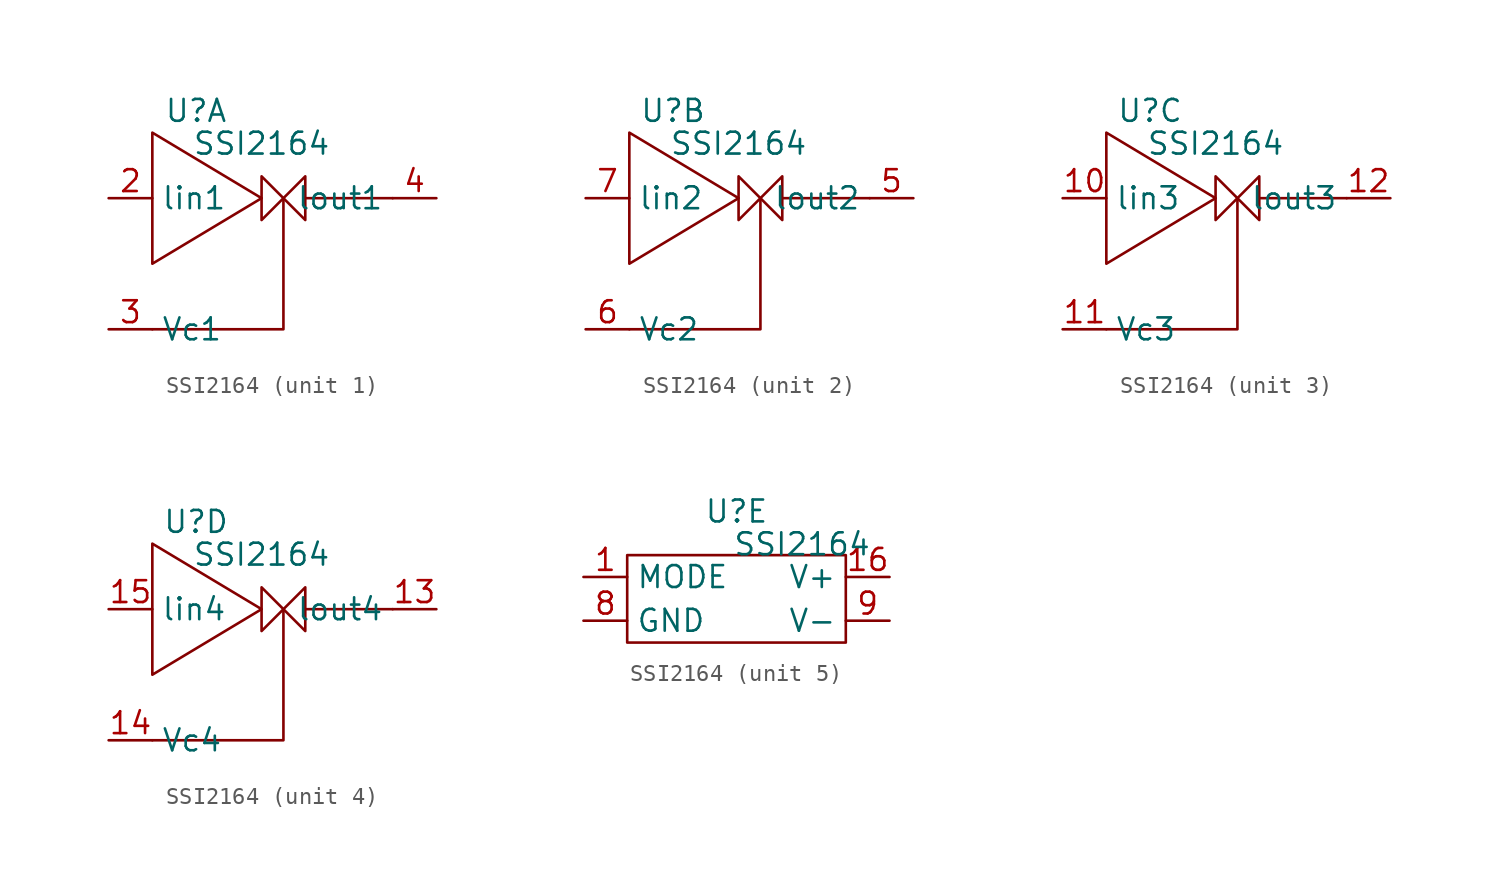
<source format=kicad_sym>
(kicad_symbol_lib
  (version 20220914)
  (generator kicad_symbol_editor)
  (symbol "SSI2164"
    (property "Reference" "U"
      (at 0 5.08 0)
      (effects (font (size 1.27 1.27))))
    (property "Value" "SSI2164"
      (at 3.81 3.175 0)
      (effects (font (size 1.27 1.27))))
    (property "ki_locked" ""
      (at 0 0 0)
      (effects (font (size 1.27 1.27))))
    (symbol "SSI2164_1_1"
      (polyline (pts (xy 11.43 0) (xy 6.35 0)) (stroke (width 0) (type default)) (fill (type none)))
      (polyline (pts (xy -2.54 -7.62) (xy 5.08 -7.62) (xy 5.08 0)) (stroke (width 0) (type default)) (fill (type none)))
      (polyline (pts (xy -2.54 3.81) (xy -2.54 -3.81) (xy 3.81 0) (xy -2.54 3.81)) (stroke (width 0) (type default)) (fill (type none)))
      (polyline (pts (xy 3.81 0) (xy 3.81 1.27) (xy 6.35 -1.27) (xy 6.35 1.27) (xy 3.81 -1.27) (xy 3.81 0)) (stroke (width 0) (type default)) (fill (type none)))
      (pin input line (at -5.08 0 0) (length 2.54) (name "lin1" (effects (font (size 1.27 1.27)))) (number "2" (effects (font (size 1.27 1.27)))))
      (pin input line (at -5.08 -7.62 0) (length 2.54) (name "Vc1" (effects (font (size 1.27 1.27)))) (number "3" (effects (font (size 1.27 1.27)))))
      (pin output line (at 13.97 0 180) (length 2.54) (name "lout1" (effects (font (size 1.27 1.27)))) (number "4" (effects (font (size 1.27 1.27))))))
    (symbol "SSI2164_2_1"
      (polyline (pts (xy 11.43 0) (xy 6.35 0)) (stroke (width 0) (type default)) (fill (type none)))
      (polyline (pts (xy -2.54 -7.62) (xy 5.08 -7.62) (xy 5.08 0)) (stroke (width 0) (type default)) (fill (type none)))
      (polyline (pts (xy -2.54 3.81) (xy -2.54 -3.81) (xy 3.81 0) (xy -2.54 3.81)) (stroke (width 0) (type default)) (fill (type none)))
      (polyline (pts (xy 3.81 0) (xy 3.81 1.27) (xy 6.35 -1.27) (xy 6.35 1.27) (xy 3.81 -1.27) (xy 3.81 0)) (stroke (width 0) (type default)) (fill (type none)))
      (pin output line (at 13.97 0 180) (length 2.54) (name "lout2" (effects (font (size 1.27 1.27)))) (number "5" (effects (font (size 1.27 1.27)))))
      (pin input line (at -5.08 -7.62 0) (length 2.54) (name "Vc2" (effects (font (size 1.27 1.27)))) (number "6" (effects (font (size 1.27 1.27)))))
      (pin input line (at -5.08 0 0) (length 2.54) (name "lin2" (effects (font (size 1.27 1.27)))) (number "7" (effects (font (size 1.27 1.27))))))
    (symbol "SSI2164_3_1"
      (polyline (pts (xy 11.43 0) (xy 6.35 0)) (stroke (width 0) (type default)) (fill (type none)))
      (polyline (pts (xy -2.54 -7.62) (xy 5.08 -7.62) (xy 5.08 0)) (stroke (width 0) (type default)) (fill (type none)))
      (polyline (pts (xy -2.54 3.81) (xy -2.54 -3.81) (xy 3.81 0) (xy -2.54 3.81)) (stroke (width 0) (type default)) (fill (type none)))
      (polyline (pts (xy 3.81 0) (xy 3.81 1.27) (xy 6.35 -1.27) (xy 6.35 1.27) (xy 3.81 -1.27) (xy 3.81 0)) (stroke (width 0) (type default)) (fill (type none)))
      (pin input line (at -5.08 0 0) (length 2.54) (name "lin3" (effects (font (size 1.27 1.27)))) (number "10" (effects (font (size 1.27 1.27)))))
      (pin input line (at -5.08 -7.62 0) (length 2.54) (name "Vc3" (effects (font (size 1.27 1.27)))) (number "11" (effects (font (size 1.27 1.27)))))
      (pin output line (at 13.97 0 180) (length 2.54) (name "lout3" (effects (font (size 1.27 1.27)))) (number "12" (effects (font (size 1.27 1.27))))))
    (symbol "SSI2164_4_1"
      (polyline (pts (xy 11.43 0) (xy 6.35 0)) (stroke (width 0) (type default)) (fill (type none)))
      (polyline (pts (xy -2.54 -7.62) (xy 5.08 -7.62) (xy 5.08 0)) (stroke (width 0) (type default)) (fill (type none)))
      (polyline (pts (xy -2.54 3.81) (xy -2.54 -3.81) (xy 3.81 0) (xy -2.54 3.81)) (stroke (width 0) (type default)) (fill (type none)))
      (polyline (pts (xy 3.81 0) (xy 3.81 1.27) (xy 6.35 -1.27) (xy 6.35 1.27) (xy 3.81 -1.27) (xy 3.81 0)) (stroke (width 0) (type default)) (fill (type none)))
      (pin output line (at 13.97 0 180) (length 2.54) (name "lout4" (effects (font (size 1.27 1.27)))) (number "13" (effects (font (size 1.27 1.27)))))
      (pin input line (at -5.08 -7.62 0) (length 2.54) (name "Vc4" (effects (font (size 1.27 1.27)))) (number "14" (effects (font (size 1.27 1.27)))))
      (pin input line (at -5.08 0 0) (length 2.54) (name "lin4" (effects (font (size 1.27 1.27)))) (number "15" (effects (font (size 1.27 1.27))))))
    (symbol "SSI2164_5_1"
      (rectangle (start -6.35 2.54) (end 6.35 -2.54) (stroke (width 0) (type default)) (fill (type none)))
      (pin input line (at -8.89 1.27 0) (length 2.54) (name "MODE" (effects (font (size 1.27 1.27)))) (number "1" (effects (font (size 1.27 1.27)))))
      (pin power_in line (at 8.89 1.27 180) (length 2.54) (name "V+" (effects (font (size 1.27 1.27)))) (number "16" (effects (font (size 1.27 1.27)))))
      (pin power_in line (at -8.89 -1.27 0) (length 2.54) (name "GND" (effects (font (size 1.27 1.27)))) (number "8" (effects (font (size 1.27 1.27)))))
      (pin power_in line (at 8.89 -1.27 180) (length 2.54) (name "V-" (effects (font (size 1.27 1.27)))) (number "9" (effects (font (size 1.27 1.27))))))))
</source>
